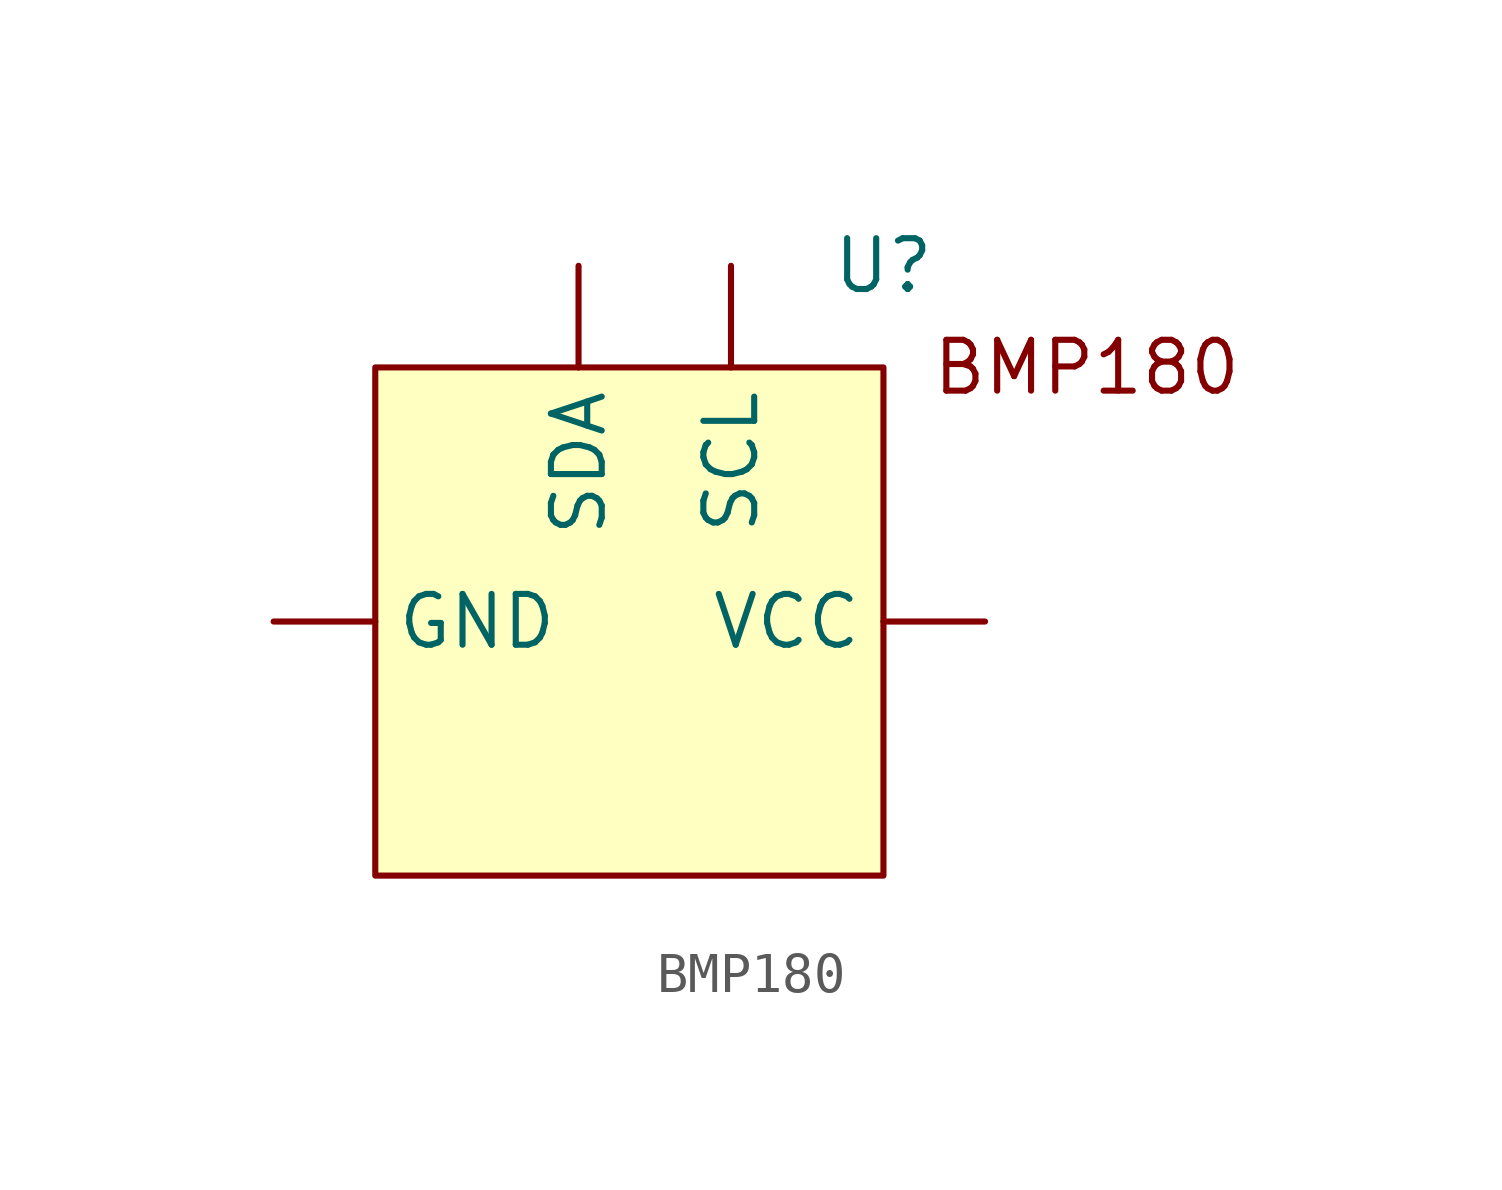
<source format=kicad_sym>
(kicad_symbol_lib
  (version 20220914)
  (generator kicad_symbol_editor)
  (symbol "BMP180"
    (property "Reference" "U"
      (at 6.35 8.89 0)
      (effects (font (size 1.27 1.27))))
    (property "Value" ""
      (at 0 0 0)
      (effects (font (size 1.27 1.27))))
    (symbol "BMP180_1_1"
      (rectangle (start -6.35 6.35) (end 6.35 -6.35) (stroke (width 0) (type default)) (fill (type background)))
      (text "BMP180" (at 11.43 6.35 0) (effects (font (size 1.27 1.27))))
      (pin passive line (at -8.89 0 0) (length 2.54) (name "GND" (effects (font (size 1.27 1.27)))) (number "" (effects (font (size 1.27 1.27)))))
      (pin input line (at 2.54 8.89 270) (length 2.54) (name "SCL" (effects (font (size 1.27 1.27)))) (number "" (effects (font (size 1.27 1.27)))))
      (pin input line (at -1.27 8.89 270) (length 2.54) (name "SDA" (effects (font (size 1.27 1.27)))) (number "" (effects (font (size 1.27 1.27)))))
      (pin power_in line (at 8.89 0 180) (length 2.54) (name "VCC" (effects (font (size 1.27 1.27)))) (number "" (effects (font (size 1.27 1.27))))))))
</source>
